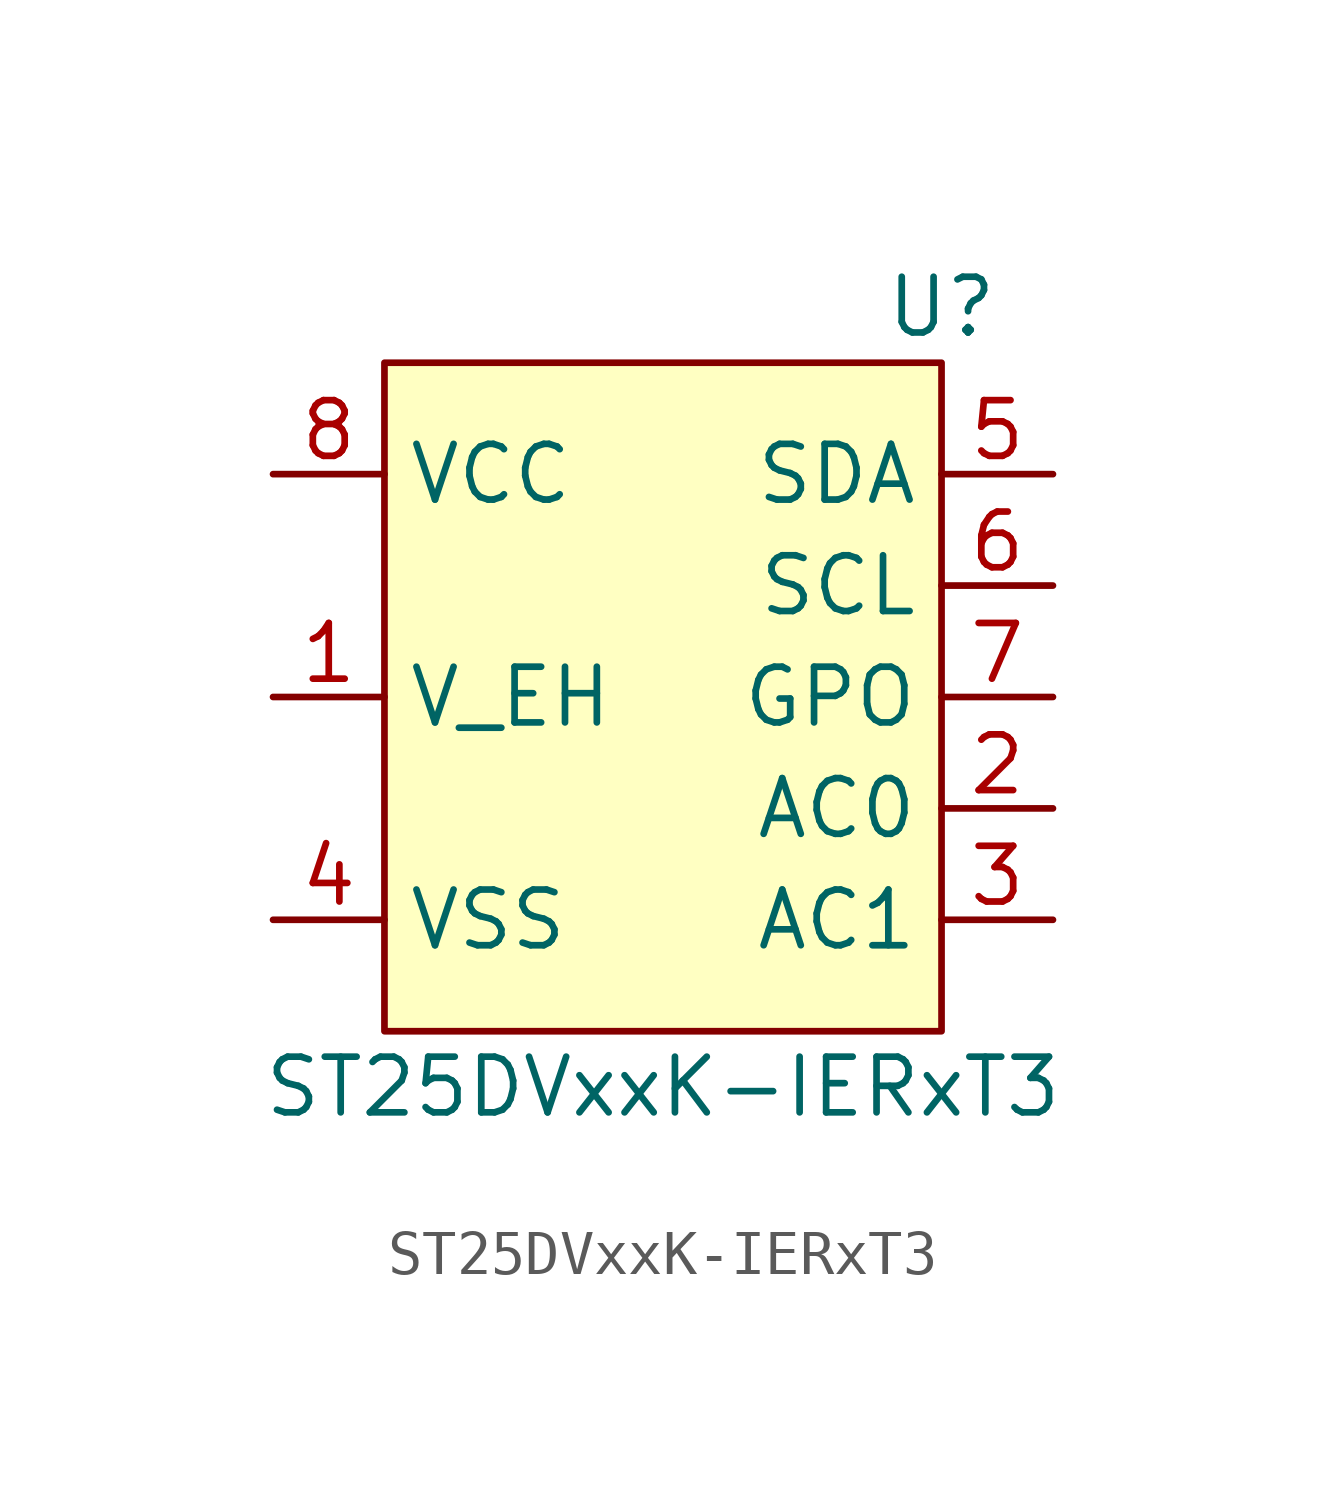
<source format=kicad_sym>
(kicad_symbol_lib
  (version 20231120)
  (generator "kicad_symbol_editor")
  (generator_version "8.99")
  (symbol "ST25DVxxK-IERxT3"
    (property "Reference" "U"
      (at 6.35 8.89 0)
      (effects (font (size 1.27 1.27))))
    (property "Value" "ST25DVxxK-IERxT3"
      (at 0 -8.89 0)
      (effects (font (size 1.27 1.27))))
    (symbol "ST25DVxxK-IERxT3_1_1"
      (rectangle (start -6.35 7.62) (end 6.35 -7.62) (stroke (width 0) (type default)) (fill (type background)))
      (pin power_out line (at -8.89 0 0) (length 2.54) (name "V_EH" (effects (font (size 1.27 1.27)))) (number "1" (effects (font (size 1.27 1.27)))))
      (pin passive line (at 8.89 -2.54 180) (length 2.54) (name "AC0" (effects (font (size 1.27 1.27)))) (number "2" (effects (font (size 1.27 1.27)))))
      (pin passive line (at 8.89 -5.08 180) (length 2.54) (name "AC1" (effects (font (size 1.27 1.27)))) (number "3" (effects (font (size 1.27 1.27)))))
      (pin power_in line (at -8.89 -5.08 0) (length 2.54) (name "VSS" (effects (font (size 1.27 1.27)))) (number "4" (effects (font (size 1.27 1.27)))))
      (pin bidirectional line (at 8.89 5.08 180) (length 2.54) (name "SDA" (effects (font (size 1.27 1.27)))) (number "5" (effects (font (size 1.27 1.27)))))
      (pin input line (at 8.89 2.54 180) (length 2.54) (name "SCL" (effects (font (size 1.27 1.27)))) (number "6" (effects (font (size 1.27 1.27)))))
      (pin open_collector line (at 8.89 0 180) (length 2.54) (name "GPO" (effects (font (size 1.27 1.27)))) (number "7" (effects (font (size 1.27 1.27)))))
      (pin power_in line (at -8.89 5.08 0) (length 2.54) (name "VCC" (effects (font (size 1.27 1.27)))) (number "8" (effects (font (size 1.27 1.27))))))))
</source>
